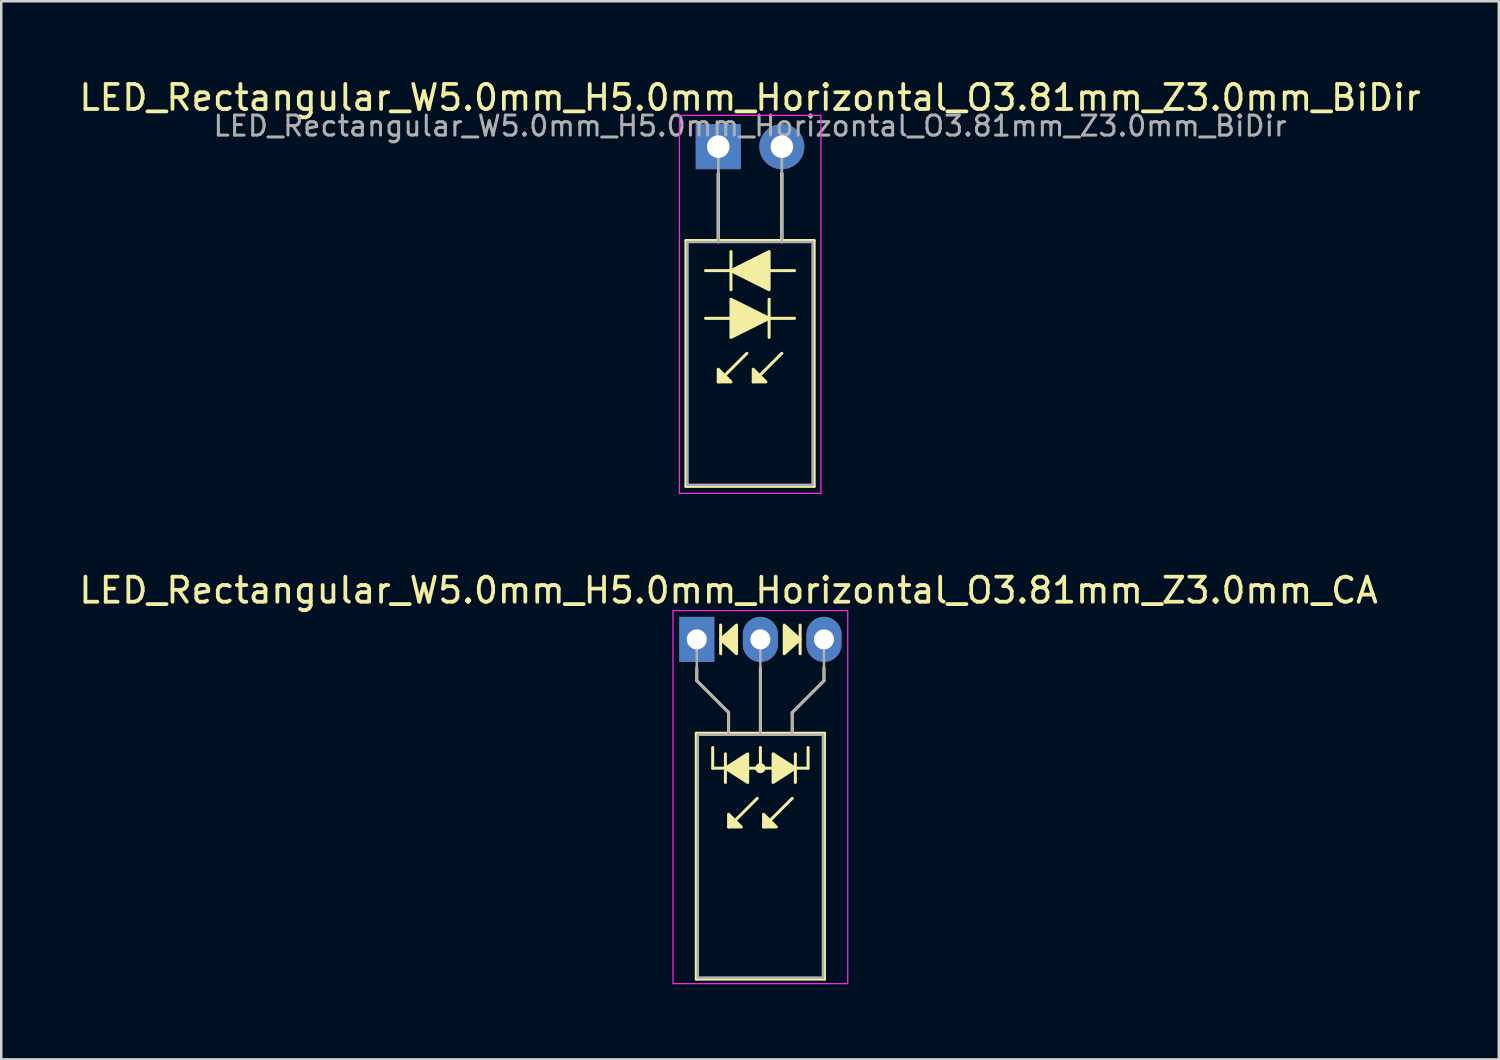
<source format=kicad_pcb>
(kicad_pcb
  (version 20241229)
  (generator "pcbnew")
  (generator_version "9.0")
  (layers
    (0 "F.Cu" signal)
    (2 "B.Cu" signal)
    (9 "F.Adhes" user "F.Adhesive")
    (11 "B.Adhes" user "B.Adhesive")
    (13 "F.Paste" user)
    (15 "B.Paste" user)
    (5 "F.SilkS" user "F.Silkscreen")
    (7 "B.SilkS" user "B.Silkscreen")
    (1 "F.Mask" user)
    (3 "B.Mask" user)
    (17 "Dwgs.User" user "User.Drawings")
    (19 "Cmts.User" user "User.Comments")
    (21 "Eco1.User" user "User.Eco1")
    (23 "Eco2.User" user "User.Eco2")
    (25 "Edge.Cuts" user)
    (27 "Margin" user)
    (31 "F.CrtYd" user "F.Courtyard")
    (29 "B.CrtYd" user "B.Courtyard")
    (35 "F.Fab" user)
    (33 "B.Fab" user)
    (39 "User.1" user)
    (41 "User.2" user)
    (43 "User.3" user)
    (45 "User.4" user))
  (footprint "LED_Rectangular_W5.0mm_H5.0mm_Horizontal_O3.81mm_Z3.0mm_CA"
    (layer "F.Cu")
    (at 24.784 22.491)
    (property "Reference" "LED_Rectangular_W5.0mm_H5.0mm_Horizontal_O3.81mm_Z3.0mm_CA" (at 1.27 -1.96 0) (layer "F.SilkS") (effects (font (size 1 1) (thickness 0.15))))
    (fp_line (start -0.02 3.75) (end -0.02 13.57) (stroke (width 0.12) (type solid)) (layer "F.SilkS"))
    (fp_line (start -0.02 13.57) (end 5.1 13.57) (stroke (width 0.12) (type solid)) (layer "F.SilkS"))
    (fp_line (start 0 1.143) (end 0 1.651) (stroke (width 0.12) (type default)) (layer "F.SilkS"))
    (fp_line (start 0 1.651) (end 1.27 2.921) (stroke (width 0.12) (type default)) (layer "F.SilkS"))
    (fp_line (start 0.635 5.144) (end 0.635 4.318) (stroke (width 0.12) (type default)) (layer "F.SilkS"))
    (fp_line (start 0.635 5.144) (end 4.445 5.144) (stroke (width 0.12) (type default)) (layer "F.SilkS"))
    (fp_line (start 0.953 -0.572) (end 0.953 0.572) (stroke (width 0.12) (type solid)) (layer "F.SilkS"))
    (fp_line (start 1.143 4.572) (end 1.143 5.715) (stroke (width 0.12) (type solid)) (layer "F.SilkS"))
    (fp_line (start 1.27 2.921) (end 1.27 3.75) (stroke (width 0.12) (type default)) (layer "F.SilkS"))
    (fp_line (start 1.27 3.75) (end 1.27 3.75) (stroke (width 0.12) (type solid)) (layer "F.SilkS"))
    (fp_line (start 2.413 6.35) (end 1.27 7.493) (stroke (width 0.12) (type solid)) (layer "F.SilkS"))
    (fp_line (start 2.54 3.75) (end 2.54 1.143) (stroke (width 0.12) (type default)) (layer "F.SilkS"))
    (fp_line (start 2.54 5.144) (end 2.54 4.318) (stroke (width 0.12) (type default)) (layer "F.SilkS"))
    (fp_line (start 3.81 2.921) (end 3.81 3.75) (stroke (width 0.12) (type default)) (layer "F.SilkS"))
    (fp_line (start 3.81 3.75) (end 3.81 3.75) (stroke (width 0.12) (type solid)) (layer "F.SilkS"))
    (fp_line (start 3.81 6.35) (end 2.667 7.493) (stroke (width 0.12) (type solid)) (layer "F.SilkS"))
    (fp_line (start 3.937 5.715) (end 3.937 4.572) (stroke (width 0.12) (type solid)) (layer "F.SilkS"))
    (fp_line (start 4.128 0.572) (end 4.128 -0.572) (stroke (width 0.12) (type solid)) (layer "F.SilkS"))
    (fp_line (start 4.445 5.144) (end 4.445 4.318) (stroke (width 0.12) (type default)) (layer "F.SilkS"))
    (fp_line (start 5.08 1.143) (end 5.08 1.651) (stroke (width 0.12) (type default)) (layer "F.SilkS"))
    (fp_line (start 5.08 1.651) (end 3.81 2.921) (stroke (width 0.12) (type default)) (layer "F.SilkS"))
    (fp_line (start 5.1 3.75) (end -0.02 3.75) (stroke (width 0.12) (type solid)) (layer "F.SilkS"))
    (fp_line (start 5.1 13.57) (end 5.1 3.75) (stroke (width 0.12) (type solid)) (layer "F.SilkS"))
    (fp_circle (center 2.54 5.144) (end 2.682 5.144) (stroke (width 0.12) (type solid)) (fill yes) (layer "F.SilkS"))
    (fp_poly (pts (xy 1.27 6.985) (xy 1.778 7.493) (xy 1.27 7.493)) (stroke (width 0.12) (type solid)) (fill yes) (layer "F.SilkS"))
    (fp_poly (pts (xy 1.587 0.572) (xy 0.953 0) (xy 1.587 -0.572)) (stroke (width 0.12) (type solid)) (fill yes) (layer "F.SilkS"))
    (fp_poly (pts (xy 2.032 5.715) (xy 1.143 5.144) (xy 2.032 4.572)) (stroke (width 0.12) (type solid)) (fill yes) (layer "F.SilkS"))
    (fp_poly (pts (xy 2.667 6.985) (xy 3.175 7.493) (xy 2.667 7.493)) (stroke (width 0.12) (type solid)) (fill yes) (layer "F.SilkS"))
    (fp_poly (pts (xy 3.048 4.572) (xy 3.937 5.144) (xy 3.048 5.715)) (stroke (width 0.12) (type solid)) (fill yes) (layer "F.SilkS"))
    (fp_poly (pts (xy 3.493 -0.572) (xy 4.128 0) (xy 3.493 0.572)) (stroke (width 0.12) (type solid)) (fill yes) (layer "F.SilkS"))
    (fp_rect (start -0.95 -1.15) (end 6.03 13.75) (stroke (width 0.05) (type default)) (fill no) (layer "F.CrtYd"))
    (fp_line (start 0 0) (end 0 0) (stroke (width 0.1) (type solid)) (layer "F.Fab"))
    (fp_line (start 0 1.651) (end 0 0) (stroke (width 0.1) (type default)) (layer "F.Fab"))
    (fp_line (start 0.04 3.81) (end 0.04 13.51) (stroke (width 0.1) (type solid)) (layer "F.Fab"))
    (fp_line (start 0.04 13.51) (end 5.04 13.51) (stroke (width 0.1) (type solid)) (layer "F.Fab"))
    (fp_line (start 1.27 2.921) (end 0 1.651) (stroke (width 0.1) (type default)) (layer "F.Fab"))
    (fp_line (start 1.27 2.921) (end 1.27 3.81) (stroke (width 0.1) (type default)) (layer "F.Fab"))
    (fp_line (start 1.27 3.81) (end 1.27 3.81) (stroke (width 0.1) (type solid)) (layer "F.Fab"))
    (fp_line (start 2.54 0) (end 2.54 0) (stroke (width 0.1) (type solid)) (layer "F.Fab"))
    (fp_line (start 2.54 0) (end 2.54 3.81) (stroke (width 0.1) (type default)) (layer "F.Fab"))
    (fp_line (start 3.81 2.921) (end 3.81 3.81) (stroke (width 0.1) (type default)) (layer "F.Fab"))
    (fp_line (start 3.81 2.921) (end 5.08 1.651) (stroke (width 0.1) (type default)) (layer "F.Fab"))
    (fp_line (start 3.81 3.81) (end 3.81 3.81) (stroke (width 0.1) (type solid)) (layer "F.Fab"))
    (fp_line (start 5.04 3.81) (end 0.04 3.81) (stroke (width 0.1) (type solid)) (layer "F.Fab"))
    (fp_line (start 5.04 13.51) (end 5.04 3.81) (stroke (width 0.1) (type solid)) (layer "F.Fab"))
    (fp_line (start 5.08 1.651) (end 5.08 0) (stroke (width 0.1) (type default)) (layer "F.Fab"))
    (pad "1" thru_hole rect (at 0 0) (size 1.4 1.8) (drill 0.8) (layers "*.Cu" "*.Mask"))
    (pad "2" thru_hole oval (at 2.54 0) (size 1.4 1.8) (drill 0.8) (layers "*.Cu" "*.Mask"))
    (pad "3" thru_hole oval (at 5.08 0) (size 1.4 1.8) (drill 0.8) (layers "*.Cu" "*.Mask")))
  (footprint "LED_Rectangular_W5.0mm_H5.0mm_Horizontal_O3.81mm_Z3.0mm_BiDir"
    (layer "F.Cu")
    (at 25.641 2.808)
    (property "Reference" "LED_Rectangular_W5.0mm_H5.0mm_Horizontal_O3.81mm_Z3.0mm_BiDir" (at 1.27 -1.96 0) (layer "F.SilkS") (effects (font (size 1 1) (thickness 0.15))))
    (fp_line (start -1.29 3.75) (end -1.29 13.57) (stroke (width 0.12) (type solid)) (layer "F.SilkS"))
    (fp_line (start -1.29 13.57) (end 3.83 13.57) (stroke (width 0.12) (type solid)) (layer "F.SilkS"))
    (fp_line (start -0.508 6.858) (end 0.508 6.858) (stroke (width 0.12) (type solid)) (layer "F.SilkS"))
    (fp_line (start 0 1.08) (end 0 1.08) (stroke (width 0.12) (type solid)) (layer "F.SilkS"))
    (fp_line (start 0 1.08) (end 0 3.75) (stroke (width 0.12) (type solid)) (layer "F.SilkS"))
    (fp_line (start 0 3.75) (end 0 1.08) (stroke (width 0.12) (type solid)) (layer "F.SilkS"))
    (fp_line (start 0 3.75) (end 0 3.75) (stroke (width 0.12) (type solid)) (layer "F.SilkS"))
    (fp_line (start 0.508 4.191) (end 0.508 5.715) (stroke (width 0.12) (type solid)) (layer "F.SilkS"))
    (fp_line (start 0.508 4.953) (end -0.508 4.953) (stroke (width 0.12) (type solid)) (layer "F.SilkS"))
    (fp_line (start 1.143 8.255) (end 0 9.398) (stroke (width 0.12) (type solid)) (layer "F.SilkS"))
    (fp_line (start 2.032 6.858) (end 3.048 6.858) (stroke (width 0.12) (type solid)) (layer "F.SilkS"))
    (fp_line (start 2.032 7.62) (end 2.032 6.096) (stroke (width 0.12) (type solid)) (layer "F.SilkS"))
    (fp_line (start 2.54 1.08) (end 2.54 1.08) (stroke (width 0.12) (type solid)) (layer "F.SilkS"))
    (fp_line (start 2.54 1.08) (end 2.54 3.75) (stroke (width 0.12) (type solid)) (layer "F.SilkS"))
    (fp_line (start 2.54 3.75) (end 2.54 1.08) (stroke (width 0.12) (type solid)) (layer "F.SilkS"))
    (fp_line (start 2.54 3.75) (end 2.54 3.75) (stroke (width 0.12) (type solid)) (layer "F.SilkS"))
    (fp_line (start 2.54 8.255) (end 1.397 9.398) (stroke (width 0.12) (type solid)) (layer "F.SilkS"))
    (fp_line (start 3.048 4.953) (end 2.032 4.953) (stroke (width 0.12) (type solid)) (layer "F.SilkS"))
    (fp_line (start 3.83 3.75) (end -1.29 3.75) (stroke (width 0.12) (type solid)) (layer "F.SilkS"))
    (fp_line (start 3.83 13.57) (end 3.83 3.75) (stroke (width 0.12) (type solid)) (layer "F.SilkS"))
    (fp_poly (pts (xy 0 8.89) (xy 0.508 9.398) (xy 0 9.398)) (stroke (width 0.12) (type solid)) (fill yes) (layer "F.SilkS"))
    (fp_poly (pts (xy 0.508 6.096) (xy 2.032 6.858) (xy 0.508 7.62)) (stroke (width 0.12) (type solid)) (fill yes) (layer "F.SilkS"))
    (fp_poly (pts (xy 1.397 8.89) (xy 1.905 9.398) (xy 1.397 9.398)) (stroke (width 0.12) (type solid)) (fill yes) (layer "F.SilkS"))
    (fp_poly (pts (xy 2.032 5.715) (xy 0.508 4.953) (xy 2.032 4.191)) (stroke (width 0.12) (type solid)) (fill yes) (layer "F.SilkS"))
    (fp_line (start -1.55 -1.25) (end -1.55 13.85) (stroke (width 0.05) (type solid)) (layer "F.CrtYd"))
    (fp_line (start -1.55 13.85) (end 4.1 13.85) (stroke (width 0.05) (type solid)) (layer "F.CrtYd"))
    (fp_line (start 4.1 -1.25) (end -1.55 -1.25) (stroke (width 0.05) (type solid)) (layer "F.CrtYd"))
    (fp_line (start 4.1 13.85) (end 4.1 -1.25) (stroke (width 0.05) (type solid)) (layer "F.CrtYd"))
    (fp_line (start -1.23 3.81) (end -1.23 13.51) (stroke (width 0.1) (type solid)) (layer "F.Fab"))
    (fp_line (start -1.23 13.51) (end 3.77 13.51) (stroke (width 0.1) (type solid)) (layer "F.Fab"))
    (fp_line (start 0 0) (end 0 0) (stroke (width 0.1) (type solid)) (layer "F.Fab"))
    (fp_line (start 0 0) (end 0 3.81) (stroke (width 0.1) (type solid)) (layer "F.Fab"))
    (fp_line (start 0 3.81) (end 0 0) (stroke (width 0.1) (type solid)) (layer "F.Fab"))
    (fp_line (start 0 3.81) (end 0 3.81) (stroke (width 0.1) (type solid)) (layer "F.Fab"))
    (fp_line (start 2.54 0) (end 2.54 0) (stroke (width 0.1) (type solid)) (layer "F.Fab"))
    (fp_line (start 2.54 0) (end 2.54 3.81) (stroke (width 0.1) (type solid)) (layer "F.Fab"))
    (fp_line (start 2.54 3.81) (end 2.54 0) (stroke (width 0.1) (type solid)) (layer "F.Fab"))
    (fp_line (start 2.54 3.81) (end 2.54 3.81) (stroke (width 0.1) (type solid)) (layer "F.Fab"))
    (fp_line (start 3.77 3.81) (end -1.23 3.81) (stroke (width 0.1) (type solid)) (layer "F.Fab"))
    (fp_line (start 3.77 13.51) (end 3.77 3.81) (stroke (width 0.1) (type solid)) (layer "F.Fab"))
    (fp_text user "${REFERENCE}" (at 1.27 -0.826 0) (layer "F.Fab") (effects (font (size 0.8 0.8) (thickness 0.12))))
    (pad "1" thru_hole rect (at 0 0) (size 1.8 1.8) (drill 0.9) (layers "*.Cu" "*.Mask"))
    (pad "2" thru_hole circle (at 2.54 0) (size 1.8 1.8) (drill 0.9) (layers "*.Cu" "*.Mask")))
  (gr_rect
    (start -3 -3)
    (end 56.821 39.267)
    (stroke (width 0.1) (type default))
    (fill no)
    (layer "Edge.Cuts")))
</source>
